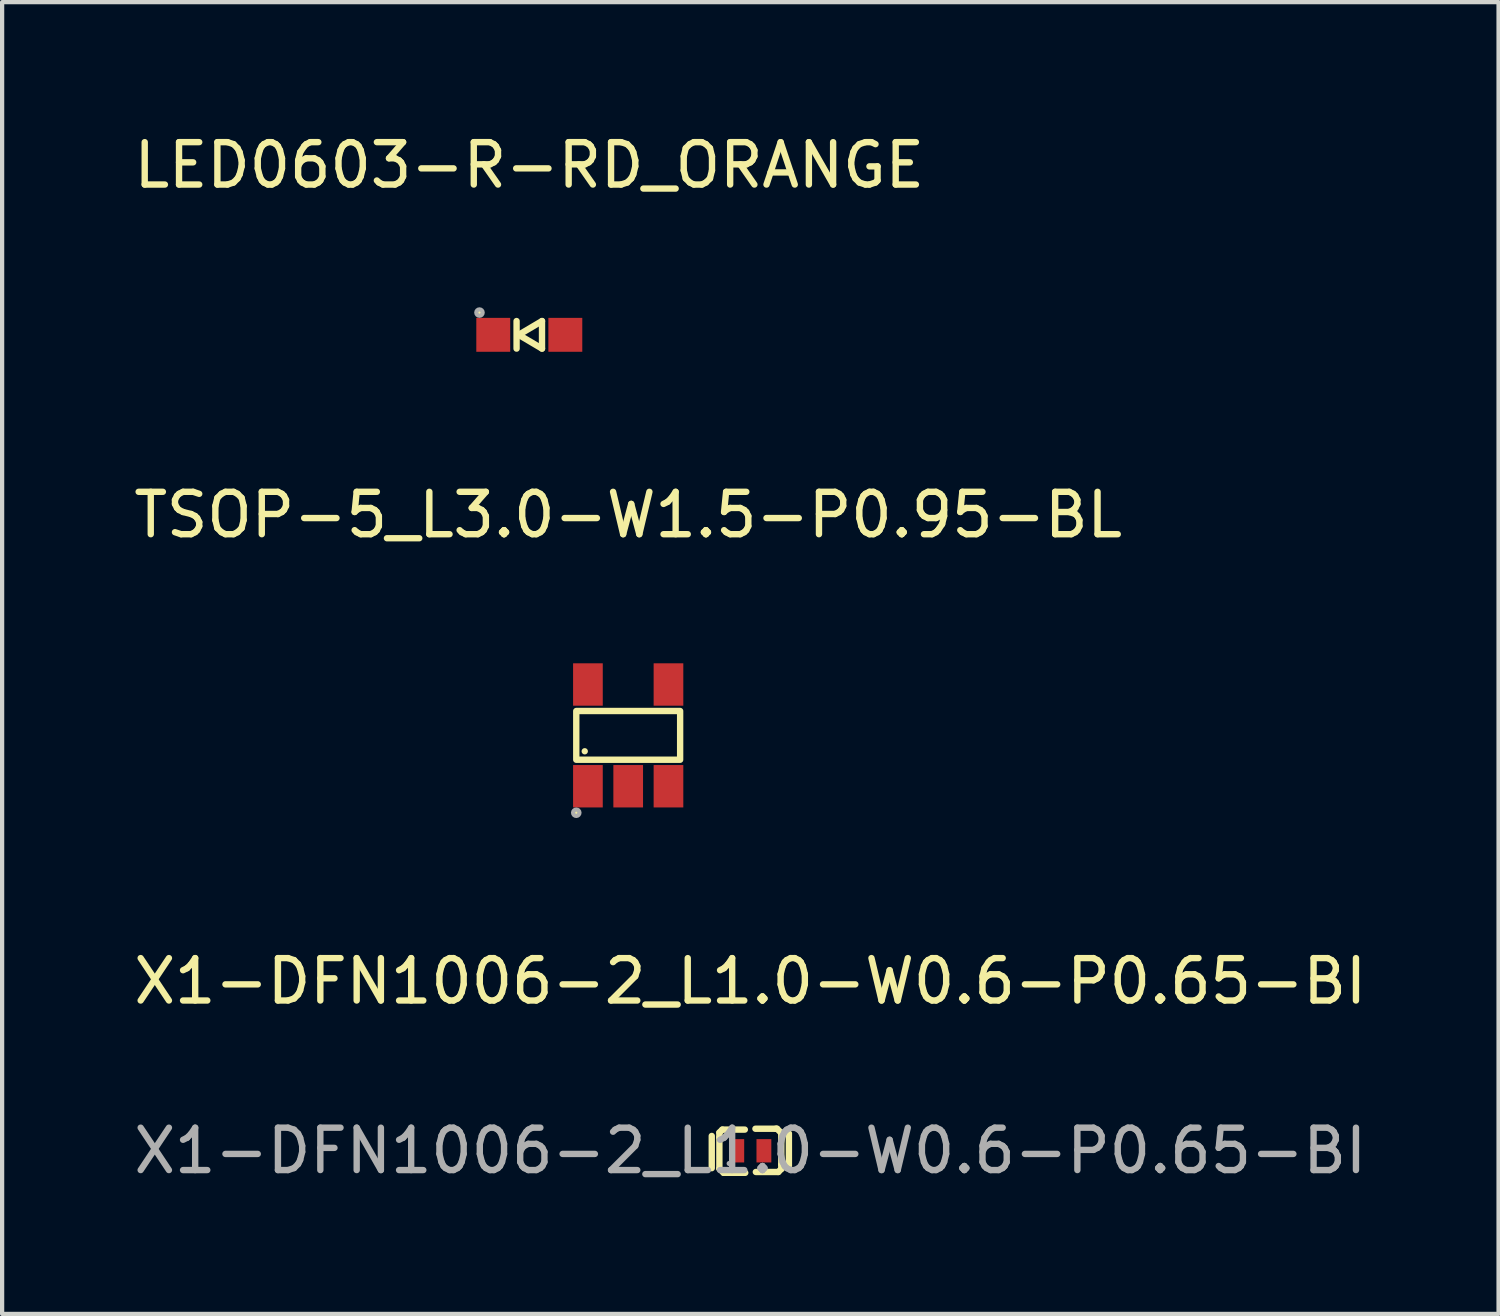
<source format=kicad_pcb>
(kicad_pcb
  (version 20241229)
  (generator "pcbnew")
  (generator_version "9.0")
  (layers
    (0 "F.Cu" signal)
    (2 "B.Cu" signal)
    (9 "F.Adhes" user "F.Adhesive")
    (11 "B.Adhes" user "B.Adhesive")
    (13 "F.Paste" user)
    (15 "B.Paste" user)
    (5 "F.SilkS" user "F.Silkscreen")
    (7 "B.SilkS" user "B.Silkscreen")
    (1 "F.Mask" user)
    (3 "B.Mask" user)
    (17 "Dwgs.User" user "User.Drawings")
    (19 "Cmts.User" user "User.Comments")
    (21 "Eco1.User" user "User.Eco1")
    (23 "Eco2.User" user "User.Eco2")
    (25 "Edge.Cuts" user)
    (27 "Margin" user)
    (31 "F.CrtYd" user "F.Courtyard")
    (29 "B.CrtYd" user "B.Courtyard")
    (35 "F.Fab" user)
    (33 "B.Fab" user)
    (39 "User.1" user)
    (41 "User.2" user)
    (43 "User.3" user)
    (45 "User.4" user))
  (footprint "LED0603-R-RD_ORANGE"
    (layer "F.Cu")
    (at 9.435 4.848)
    (property "Reference" "LED0603-R-RD_ORANGE" (at 0 -4 0) (layer "F.SilkS") (effects (font (size 1 1) (thickness 0.15))))
    (attr smd)
    (fp_line (start -0.3 0.325) (end -0.3 -0.325) (stroke (width 0.15) (type solid)) (layer "F.SilkS"))
    (fp_line (start -0.25 0) (end 0.3 -0.325) (stroke (width 0.15) (type solid)) (layer "F.SilkS"))
    (fp_line (start -0.25 0) (end 0.3 0.325) (stroke (width 0.15) (type solid)) (layer "F.SilkS"))
    (fp_line (start 0.3 0.325) (end 0.3 -0.325) (stroke (width 0.15) (type solid)) (layer "F.SilkS"))
    (fp_circle (center -1.175 -0.525) (end -1.1 -0.525) (stroke (width 0) (type solid)) (fill yes) (layer "F.SilkS"))
    (fp_circle (center -1.175 -0.525) (end -1.1 -0.525) (stroke (width 0.1) (type solid)) (fill no) (layer "F.Fab"))
    (pad "1" smd rect (at 0.85 0 90) (size 0.8 0.8) (layers "F.Cu" "F.Mask" "F.Paste"))
    (pad "2" smd rect (at -0.85 0 90) (size 0.8 0.8) (layers "F.Cu" "F.Mask" "F.Paste")))
  (footprint "X1-DFN1006-2_L1.0-W0.6-P0.65-BI"
    (layer "F.Cu")
    (at 14.649 24.095)
    (property "Reference" "X1-DFN1006-2_L1.0-W0.6-P0.65-BI" (at 0 -4 0) (layer "F.SilkS") (effects (font (size 1 1) (thickness 0.15))))
    (attr smd)
    (fp_line (start -0.91 0.41) (end -0.91 -0.35) (stroke (width 0.15) (type solid)) (layer "F.SilkS"))
    (fp_line (start -0.73 -0.43) (end -0.66 -0.5) (stroke (width 0.15) (type solid)) (layer "F.SilkS"))
    (fp_line (start -0.73 -0.32) (end -0.73 -0.43) (stroke (width 0.15) (type solid)) (layer "F.SilkS"))
    (fp_line (start -0.73 0.42) (end -0.73 -0.32) (stroke (width 0.15) (type solid)) (layer "F.SilkS"))
    (fp_line (start -0.66 -0.5) (end -0.13 -0.5) (stroke (width 0.15) (type solid)) (layer "F.SilkS"))
    (fp_line (start -0.63 0.52) (end -0.73 0.42) (stroke (width 0.15) (type solid)) (layer "F.SilkS"))
    (fp_line (start -0.6 0.52) (end -0.63 0.52) (stroke (width 0.15) (type solid)) (layer "F.SilkS"))
    (fp_line (start -0.12 0.52) (end -0.6 0.52) (stroke (width 0.15) (type solid)) (layer "F.SilkS"))
    (fp_line (start 0.12 -0.52) (end 0.6 -0.52) (stroke (width 0.15) (type solid)) (layer "F.SilkS"))
    (fp_line (start 0.6 -0.52) (end 0.63 -0.52) (stroke (width 0.15) (type solid)) (layer "F.SilkS"))
    (fp_line (start 0.63 -0.52) (end 0.73 -0.42) (stroke (width 0.15) (type solid)) (layer "F.SilkS"))
    (fp_line (start 0.66 0.5) (end 0.13 0.5) (stroke (width 0.15) (type solid)) (layer "F.SilkS"))
    (fp_line (start 0.73 -0.42) (end 0.73 0.32) (stroke (width 0.15) (type solid)) (layer "F.SilkS"))
    (fp_line (start 0.73 0.32) (end 0.73 0.43) (stroke (width 0.15) (type solid)) (layer "F.SilkS"))
    (fp_line (start 0.73 0.43) (end 0.66 0.5) (stroke (width 0.15) (type solid)) (layer "F.SilkS"))
    (fp_line (start 0.91 -0.41) (end 0.91 0.35) (stroke (width 0.15) (type solid)) (layer "F.SilkS"))
    (fp_circle (center -0.5 0.3) (end -0.47 0.3) (stroke (width 0.06) (type solid)) (fill no) (layer "F.Fab"))
    (fp_text user "${REFERENCE}" (at 0 0 0) (layer "F.Fab") (effects (font (size 1 1) (thickness 0.15))))
    (pad "1" smd rect (at -0.32 0) (size 0.35 0.55) (layers "F.Cu" "F.Mask" "F.Paste"))
    (pad "2" smd rect (at 0.32 0) (size 0.35 0.55) (layers "F.Cu" "F.Mask" "F.Paste")))
  (footprint "TSOP-5_L3.0-W1.5-P0.95-BL"
    (layer "F.Cu")
    (at 11.768 14.296)
    (property "Reference" "TSOP-5_L3.0-W1.5-P0.95-BL" (at 0 -5.2 0) (layer "F.SilkS") (effects (font (size 1 1) (thickness 0.15))))
    (attr smd)
    (fp_rect (start -1.225 -0.575) (end 1.225 0.575) (stroke (width 0.15) (type solid)) (fill no) (layer "F.SilkS"))
    (fp_circle (center -1.225 1.825) (end -1.15 1.825) (stroke (width 0) (type solid)) (fill yes) (layer "F.SilkS"))
    (fp_circle (center -1.025 0.375) (end -0.95 0.375) (stroke (width 0) (type solid)) (fill yes) (layer "F.SilkS"))
    (fp_circle (center -1.225 1.825) (end -1.15 1.825) (stroke (width 0.1) (type solid)) (fill no) (layer "F.Fab"))
    (pad "1" smd rect (at -0.95 1.2) (size 0.7 1) (layers "F.Cu" "F.Mask" "F.Paste"))
    (pad "2" smd rect (at 0 1.2) (size 0.7 1) (layers "F.Cu" "F.Mask" "F.Paste"))
    (pad "3" smd rect (at 0.95 1.2) (size 0.7 1) (layers "F.Cu" "F.Mask" "F.Paste"))
    (pad "4" smd rect (at 0.95 -1.2) (size 0.7 1) (layers "F.Cu" "F.Mask" "F.Paste"))
    (pad "5" smd rect (at -0.95 -1.2) (size 0.7 1) (layers "F.Cu" "F.Mask" "F.Paste")))
  (gr_rect
    (start -3 -3)
    (end 32.298 27.943)
    (stroke (width 0.1) (type default))
    (fill no)
    (layer "Edge.Cuts")))
</source>
